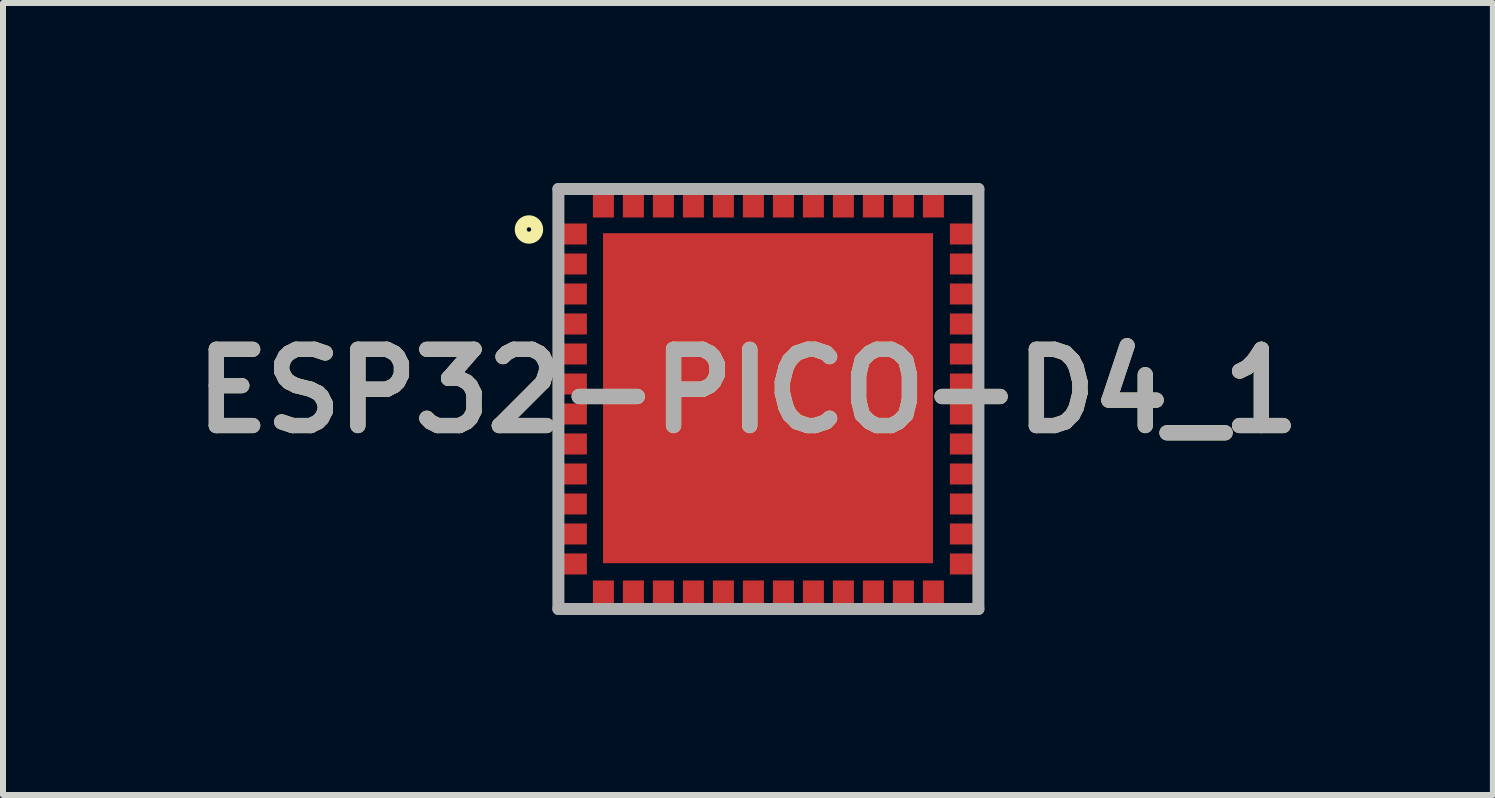
<source format=kicad_pcb>
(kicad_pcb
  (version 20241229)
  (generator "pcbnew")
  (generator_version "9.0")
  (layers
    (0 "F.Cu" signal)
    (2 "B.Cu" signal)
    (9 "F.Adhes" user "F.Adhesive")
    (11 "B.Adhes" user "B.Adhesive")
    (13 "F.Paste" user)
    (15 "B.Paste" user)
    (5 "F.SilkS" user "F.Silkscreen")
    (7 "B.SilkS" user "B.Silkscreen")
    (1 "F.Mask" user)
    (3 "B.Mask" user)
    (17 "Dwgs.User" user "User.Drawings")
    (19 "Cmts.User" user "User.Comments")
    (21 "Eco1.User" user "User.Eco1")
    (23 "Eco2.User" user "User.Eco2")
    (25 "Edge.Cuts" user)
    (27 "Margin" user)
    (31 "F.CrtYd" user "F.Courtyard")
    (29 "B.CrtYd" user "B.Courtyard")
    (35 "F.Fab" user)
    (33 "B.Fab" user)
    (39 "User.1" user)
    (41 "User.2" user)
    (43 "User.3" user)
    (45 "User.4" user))
  (footprint "ESP32-PICO-D4_1"
    (layer "F.Cu")
    (at 9.757 3.6)
    (property "Reference" "ESP32-PICO-D4_1" (at -0.341 -0.132 0) (layer "F.SilkS") (effects (font (size 1.27 1.27) (thickness 0.254))))
    (attr smd)
    (fp_circle (center -3.991 -2.825) (end -3.991 -2.788) (stroke (width 0.2) (type solid)) (fill no) (layer "F.SilkS"))
    (fp_line (start -3.5 -3.5) (end 3.5 -3.5) (stroke (width 0.2) (type solid)) (layer "F.Fab"))
    (fp_line (start -3.5 3.5) (end -3.5 -3.5) (stroke (width 0.2) (type solid)) (layer "F.Fab"))
    (fp_line (start 3.5 -3.5) (end 3.5 3.5) (stroke (width 0.2) (type solid)) (layer "F.Fab"))
    (fp_line (start 3.5 3.5) (end -3.5 3.5) (stroke (width 0.2) (type solid)) (layer "F.Fab"))
    (fp_text user "${REFERENCE}" (at -0.341 -0.132 0) (layer "F.Fab") (effects (font (size 1.27 1.27) (thickness 0.254))))
    (pad "1" smd rect (at -3.3 -2.75 90) (size 0.35 0.55) (layers "F.Cu" "F.Mask" "F.Paste"))
    (pad "2" smd rect (at -3.3 -2.25 90) (size 0.35 0.55) (layers "F.Cu" "F.Mask" "F.Paste"))
    (pad "3" smd rect (at -3.3 -1.75 90) (size 0.35 0.55) (layers "F.Cu" "F.Mask" "F.Paste"))
    (pad "4" smd rect (at -3.3 -1.25 90) (size 0.35 0.55) (layers "F.Cu" "F.Mask" "F.Paste"))
    (pad "5" smd rect (at -3.3 -0.75 90) (size 0.35 0.55) (layers "F.Cu" "F.Mask" "F.Paste"))
    (pad "6" smd rect (at -3.3 -0.25 90) (size 0.35 0.55) (layers "F.Cu" "F.Mask" "F.Paste"))
    (pad "7" smd rect (at -3.3 0.25 90) (size 0.35 0.55) (layers "F.Cu" "F.Mask" "F.Paste"))
    (pad "8" smd rect (at -3.3 0.75 90) (size 0.35 0.55) (layers "F.Cu" "F.Mask" "F.Paste"))
    (pad "9" smd rect (at -3.3 1.25 90) (size 0.35 0.55) (layers "F.Cu" "F.Mask" "F.Paste"))
    (pad "10" smd rect (at -3.3 1.75 90) (size 0.35 0.55) (layers "F.Cu" "F.Mask" "F.Paste"))
    (pad "11" smd rect (at -3.3 2.25 90) (size 0.35 0.55) (layers "F.Cu" "F.Mask" "F.Paste"))
    (pad "12" smd rect (at -3.3 2.75 90) (size 0.35 0.55) (layers "F.Cu" "F.Mask" "F.Paste"))
    (pad "13" smd rect (at -2.75 3.3) (size 0.35 0.55) (layers "F.Cu" "F.Mask" "F.Paste"))
    (pad "14" smd rect (at -2.25 3.3) (size 0.35 0.55) (layers "F.Cu" "F.Mask" "F.Paste"))
    (pad "15" smd rect (at -1.75 3.3) (size 0.35 0.55) (layers "F.Cu" "F.Mask" "F.Paste"))
    (pad "16" smd rect (at -1.25 3.3) (size 0.35 0.55) (layers "F.Cu" "F.Mask" "F.Paste"))
    (pad "17" smd rect (at -0.75 3.3) (size 0.35 0.55) (layers "F.Cu" "F.Mask" "F.Paste"))
    (pad "18" smd rect (at -0.25 3.3) (size 0.35 0.55) (layers "F.Cu" "F.Mask" "F.Paste"))
    (pad "19" smd rect (at 0.25 3.3) (size 0.35 0.55) (layers "F.Cu" "F.Mask" "F.Paste"))
    (pad "20" smd rect (at 0.75 3.3) (size 0.35 0.55) (layers "F.Cu" "F.Mask" "F.Paste"))
    (pad "21" smd rect (at 1.25 3.3) (size 0.35 0.55) (layers "F.Cu" "F.Mask" "F.Paste"))
    (pad "22" smd rect (at 1.75 3.3) (size 0.35 0.55) (layers "F.Cu" "F.Mask" "F.Paste"))
    (pad "23" smd rect (at 2.25 3.3) (size 0.35 0.55) (layers "F.Cu" "F.Mask" "F.Paste"))
    (pad "24" smd rect (at 2.75 3.3) (size 0.35 0.55) (layers "F.Cu" "F.Mask" "F.Paste"))
    (pad "25" smd rect (at 3.3 2.75 90) (size 0.35 0.55) (layers "F.Cu" "F.Mask" "F.Paste"))
    (pad "26" smd rect (at 3.3 2.25 90) (size 0.35 0.55) (layers "F.Cu" "F.Mask" "F.Paste"))
    (pad "27" smd rect (at 3.3 1.75 90) (size 0.35 0.55) (layers "F.Cu" "F.Mask" "F.Paste"))
    (pad "28" smd rect (at 3.3 1.25 90) (size 0.35 0.55) (layers "F.Cu" "F.Mask" "F.Paste"))
    (pad "29" smd rect (at 3.3 0.75 90) (size 0.35 0.55) (layers "F.Cu" "F.Mask" "F.Paste"))
    (pad "30" smd rect (at 3.3 0.25 90) (size 0.35 0.55) (layers "F.Cu" "F.Mask" "F.Paste"))
    (pad "31" smd rect (at 3.3 -0.25 90) (size 0.35 0.55) (layers "F.Cu" "F.Mask" "F.Paste"))
    (pad "32" smd rect (at 3.3 -0.75 90) (size 0.35 0.55) (layers "F.Cu" "F.Mask" "F.Paste"))
    (pad "33" smd rect (at 3.3 -1.25 90) (size 0.35 0.55) (layers "F.Cu" "F.Mask" "F.Paste"))
    (pad "34" smd rect (at 3.3 -1.75 90) (size 0.35 0.55) (layers "F.Cu" "F.Mask" "F.Paste"))
    (pad "35" smd rect (at 3.3 -2.25 90) (size 0.35 0.55) (layers "F.Cu" "F.Mask" "F.Paste"))
    (pad "36" smd rect (at 3.3 -2.75 90) (size 0.35 0.55) (layers "F.Cu" "F.Mask" "F.Paste"))
    (pad "37" smd rect (at 2.75 -3.3) (size 0.35 0.55) (layers "F.Cu" "F.Mask" "F.Paste"))
    (pad "38" smd rect (at 2.25 -3.3) (size 0.35 0.55) (layers "F.Cu" "F.Mask" "F.Paste"))
    (pad "39" smd rect (at 1.75 -3.3) (size 0.35 0.55) (layers "F.Cu" "F.Mask" "F.Paste"))
    (pad "40" smd rect (at 1.25 -3.3) (size 0.35 0.55) (layers "F.Cu" "F.Mask" "F.Paste"))
    (pad "41" smd rect (at 0.75 -3.3) (size 0.35 0.55) (layers "F.Cu" "F.Mask" "F.Paste"))
    (pad "42" smd rect (at 0.25 -3.3) (size 0.35 0.55) (layers "F.Cu" "F.Mask" "F.Paste"))
    (pad "43" smd rect (at -0.25 -3.3) (size 0.35 0.55) (layers "F.Cu" "F.Mask" "F.Paste"))
    (pad "44" smd rect (at -0.75 -3.3) (size 0.35 0.55) (layers "F.Cu" "F.Mask" "F.Paste"))
    (pad "45" smd rect (at -1.25 -3.3) (size 0.35 0.55) (layers "F.Cu" "F.Mask" "F.Paste"))
    (pad "46" smd rect (at -1.75 -3.3) (size 0.35 0.55) (layers "F.Cu" "F.Mask" "F.Paste"))
    (pad "47" smd rect (at -2.25 -3.3) (size 0.35 0.55) (layers "F.Cu" "F.Mask" "F.Paste"))
    (pad "48" smd rect (at -2.75 -3.3) (size 0.35 0.55) (layers "F.Cu" "F.Mask" "F.Paste"))
    (pad "49" smd rect (at -0.006 -0.013 90) (size 5.5 5.5) (layers "F.Cu" "F.Mask" "F.Paste")))
  (gr_rect
    (start -3 -3)
    (end 21.832 10.2)
    (stroke (width 0.1) (type default))
    (fill no)
    (layer "Edge.Cuts")))
</source>
